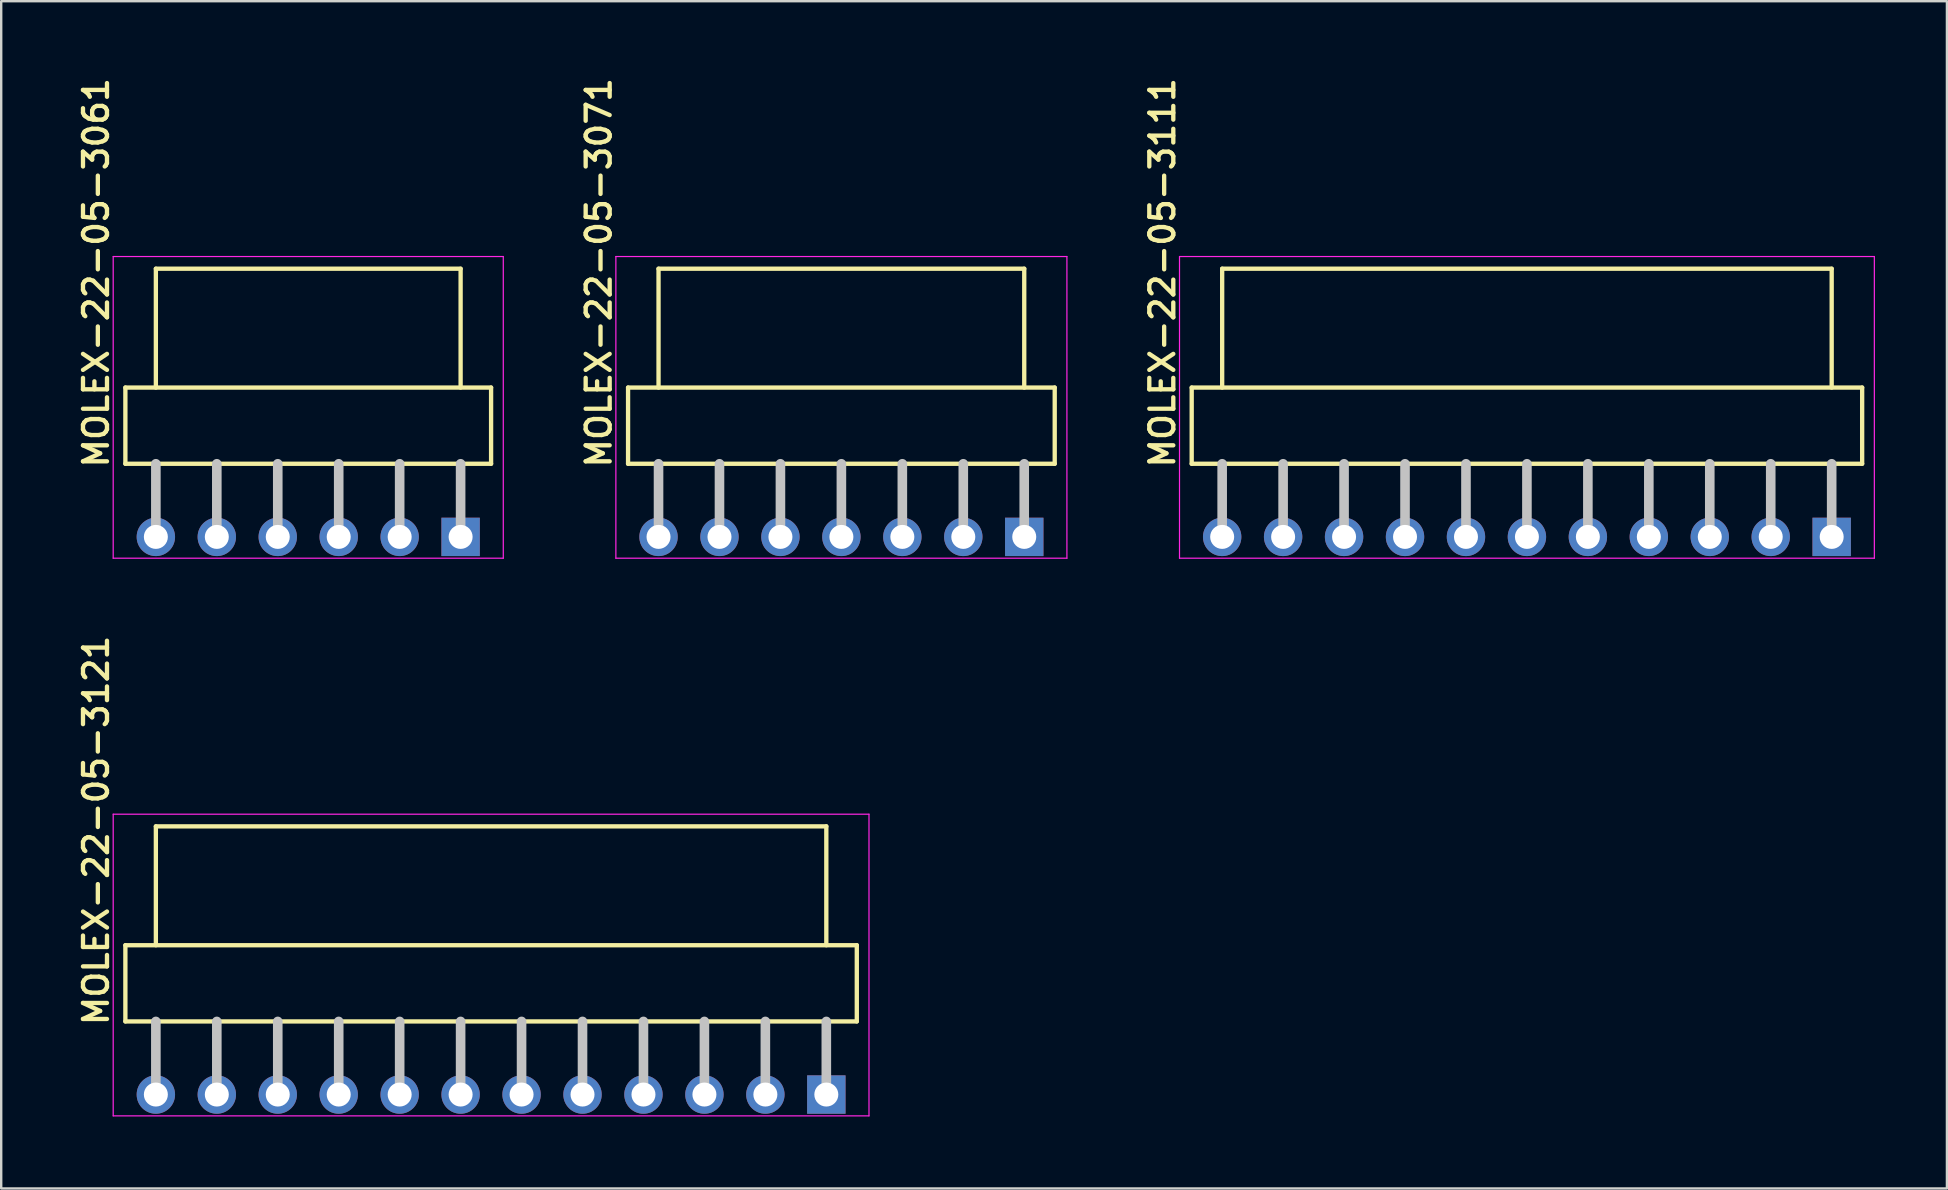
<source format=kicad_pcb>
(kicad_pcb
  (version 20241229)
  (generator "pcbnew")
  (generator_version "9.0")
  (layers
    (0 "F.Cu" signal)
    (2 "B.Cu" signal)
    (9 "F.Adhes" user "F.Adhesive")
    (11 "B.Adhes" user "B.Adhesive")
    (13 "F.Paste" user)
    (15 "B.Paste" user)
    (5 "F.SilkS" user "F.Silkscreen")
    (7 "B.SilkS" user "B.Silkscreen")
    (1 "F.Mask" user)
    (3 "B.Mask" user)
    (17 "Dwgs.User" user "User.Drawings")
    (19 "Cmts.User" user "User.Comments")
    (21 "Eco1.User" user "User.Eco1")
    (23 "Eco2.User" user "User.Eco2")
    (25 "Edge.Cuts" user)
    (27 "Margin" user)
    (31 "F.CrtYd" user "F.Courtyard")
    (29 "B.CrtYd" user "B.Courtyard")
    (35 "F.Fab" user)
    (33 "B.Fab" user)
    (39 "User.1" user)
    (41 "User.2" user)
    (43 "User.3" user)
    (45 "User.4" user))
  (footprint "MOLEX-22-05-3071"
    (layer "F.Cu")
    (at 32.013 19.324)
    (property "Reference" "MOLEX-22-05-3071" (at -9.525 -2.794 90) (layer "F.SilkS") (effects (font (size 1 1) (thickness 0.18)) (justify left bottom)))
    (attr through_hole)
    (fp_line (start -8.89 -6.223) (end -8.89 -3.048) (stroke (width 0.18) (type solid)) (layer "F.SilkS"))
    (fp_line (start -8.89 -3.048) (end 8.89 -3.048) (stroke (width 0.18) (type solid)) (layer "F.SilkS"))
    (fp_line (start -7.62 -11.176) (end 7.62 -11.176) (stroke (width 0.18) (type solid)) (layer "F.SilkS"))
    (fp_line (start -7.62 -6.223) (end -7.62 -11.176) (stroke (width 0.18) (type solid)) (layer "F.SilkS"))
    (fp_line (start 7.62 -6.223) (end 7.62 -11.176) (stroke (width 0.18) (type solid)) (layer "F.SilkS"))
    (fp_line (start 8.89 -6.223) (end -8.89 -6.223) (stroke (width 0.18) (type solid)) (layer "F.SilkS"))
    (fp_line (start 8.89 -3.048) (end 8.89 -6.223) (stroke (width 0.18) (type solid)) (layer "F.SilkS"))
    (fp_line (start -7.62 -3.048) (end -7.62 0) (stroke (width 0.4) (type solid)) (layer "Dwgs.User"))
    (fp_line (start -5.08 -3.048) (end -5.08 0) (stroke (width 0.4) (type solid)) (layer "Dwgs.User"))
    (fp_line (start -2.54 -3.048) (end -2.54 0) (stroke (width 0.4) (type solid)) (layer "Dwgs.User"))
    (fp_line (start 0 -3.048) (end 0 0) (stroke (width 0.4) (type solid)) (layer "Dwgs.User"))
    (fp_line (start 2.54 -3.048) (end 2.54 0) (stroke (width 0.4) (type solid)) (layer "Dwgs.User"))
    (fp_line (start 5.08 -3.048) (end 5.08 0) (stroke (width 0.4) (type solid)) (layer "Dwgs.User"))
    (fp_line (start 7.62 -3.048) (end 7.62 0) (stroke (width 0.4) (type solid)) (layer "Dwgs.User"))
    (fp_line (start -9.398 -11.684) (end 9.398 -11.684) (stroke (width 0.05) (type solid)) (layer "F.CrtYd"))
    (fp_line (start -9.398 0.889) (end -9.398 -11.684) (stroke (width 0.05) (type solid)) (layer "F.CrtYd"))
    (fp_line (start 9.398 -11.684) (end 9.398 0.889) (stroke (width 0.05) (type solid)) (layer "F.CrtYd"))
    (fp_line (start 9.398 0.889) (end -9.398 0.889) (stroke (width 0.05) (type solid)) (layer "F.CrtYd"))
    (pad "1" thru_hole rect (at 7.62 0) (size 1.6 1.6) (drill 1) (layers "*.Cu" "*.Mask"))
    (pad "2" thru_hole circle (at 5.08 0) (size 1.6 1.6) (drill 1) (layers "*.Cu" "*.Mask"))
    (pad "3" thru_hole circle (at 2.54 0) (size 1.6 1.6) (drill 1) (layers "*.Cu" "*.Mask"))
    (pad "4" thru_hole circle (at 0 0) (size 1.6 1.6) (drill 1) (layers "*.Cu" "*.Mask"))
    (pad "5" thru_hole circle (at -2.54 0) (size 1.6 1.6) (drill 1) (layers "*.Cu" "*.Mask"))
    (pad "6" thru_hole circle (at -5.08 0) (size 1.6 1.6) (drill 1) (layers "*.Cu" "*.Mask"))
    (pad "7" thru_hole circle (at -7.62 0) (size 1.6 1.6) (drill 1) (layers "*.Cu" "*.Mask")))
  (footprint "MOLEX-22-05-3121"
    (layer "F.Cu")
    (at 17.415 42.563)
    (property "Reference" "MOLEX-22-05-3121" (at -15.875 -2.794 90) (layer "F.SilkS") (effects (font (size 1 1) (thickness 0.18)) (justify left bottom)))
    (attr through_hole)
    (fp_line (start -15.24 -6.223) (end -15.24 -3.048) (stroke (width 0.18) (type solid)) (layer "F.SilkS"))
    (fp_line (start -15.24 -3.048) (end 15.24 -3.048) (stroke (width 0.18) (type solid)) (layer "F.SilkS"))
    (fp_line (start -13.97 -6.223) (end -13.97 -11.176) (stroke (width 0.18) (type solid)) (layer "F.SilkS"))
    (fp_line (start 13.97 -11.176) (end -13.97 -11.176) (stroke (width 0.18) (type solid)) (layer "F.SilkS"))
    (fp_line (start 13.97 -6.223) (end 13.97 -11.176) (stroke (width 0.18) (type solid)) (layer "F.SilkS"))
    (fp_line (start 15.24 -6.223) (end -15.24 -6.223) (stroke (width 0.18) (type solid)) (layer "F.SilkS"))
    (fp_line (start 15.24 -3.048) (end 15.24 -6.223) (stroke (width 0.18) (type solid)) (layer "F.SilkS"))
    (fp_line (start -13.97 -3.048) (end -13.97 0) (stroke (width 0.4) (type solid)) (layer "Dwgs.User"))
    (fp_line (start -11.43 -3.048) (end -11.43 0) (stroke (width 0.4) (type solid)) (layer "Dwgs.User"))
    (fp_line (start -8.89 -3.048) (end -8.89 0) (stroke (width 0.4) (type solid)) (layer "Dwgs.User"))
    (fp_line (start -6.35 -3.048) (end -6.35 0) (stroke (width 0.4) (type solid)) (layer "Dwgs.User"))
    (fp_line (start -3.81 -3.048) (end -3.81 0) (stroke (width 0.4) (type solid)) (layer "Dwgs.User"))
    (fp_line (start -1.27 -3.048) (end -1.27 0) (stroke (width 0.4) (type solid)) (layer "Dwgs.User"))
    (fp_line (start 1.27 -3.048) (end 1.27 0) (stroke (width 0.4) (type solid)) (layer "Dwgs.User"))
    (fp_line (start 3.81 -3.048) (end 3.81 0) (stroke (width 0.4) (type solid)) (layer "Dwgs.User"))
    (fp_line (start 6.35 -3.048) (end 6.35 0) (stroke (width 0.4) (type solid)) (layer "Dwgs.User"))
    (fp_line (start 8.89 -3.048) (end 8.89 0) (stroke (width 0.4) (type solid)) (layer "Dwgs.User"))
    (fp_line (start 11.43 -3.048) (end 11.43 0) (stroke (width 0.4) (type solid)) (layer "Dwgs.User"))
    (fp_line (start 13.97 -3.048) (end 13.97 0) (stroke (width 0.4) (type solid)) (layer "Dwgs.User"))
    (fp_line (start -15.748 -11.684) (end 15.748 -11.684) (stroke (width 0.05) (type solid)) (layer "F.CrtYd"))
    (fp_line (start -15.748 0.889) (end -15.748 -11.684) (stroke (width 0.05) (type solid)) (layer "F.CrtYd"))
    (fp_line (start 15.748 -11.684) (end 15.748 0.889) (stroke (width 0.05) (type solid)) (layer "F.CrtYd"))
    (fp_line (start 15.748 0.889) (end -15.748 0.889) (stroke (width 0.05) (type solid)) (layer "F.CrtYd"))
    (pad "1" thru_hole rect (at 13.97 0) (size 1.6 1.6) (drill 1) (layers "*.Cu" "*.Mask"))
    (pad "2" thru_hole circle (at 11.43 0) (size 1.6 1.6) (drill 1) (layers "*.Cu" "*.Mask"))
    (pad "3" thru_hole circle (at 8.89 0) (size 1.6 1.6) (drill 1) (layers "*.Cu" "*.Mask"))
    (pad "4" thru_hole circle (at 6.35 0) (size 1.6 1.6) (drill 1) (layers "*.Cu" "*.Mask"))
    (pad "5" thru_hole circle (at 3.81 0) (size 1.6 1.6) (drill 1) (layers "*.Cu" "*.Mask"))
    (pad "6" thru_hole circle (at 1.27 0) (size 1.6 1.6) (drill 1) (layers "*.Cu" "*.Mask"))
    (pad "7" thru_hole circle (at -1.27 0) (size 1.6 1.6) (drill 1) (layers "*.Cu" "*.Mask"))
    (pad "8" thru_hole circle (at -3.81 0) (size 1.6 1.6) (drill 1) (layers "*.Cu" "*.Mask"))
    (pad "9" thru_hole circle (at -6.35 0) (size 1.6 1.6) (drill 1) (layers "*.Cu" "*.Mask"))
    (pad "10" thru_hole circle (at -8.89 0) (size 1.6 1.6) (drill 1) (layers "*.Cu" "*.Mask"))
    (pad "11" thru_hole circle (at -11.43 0) (size 1.6 1.6) (drill 1) (layers "*.Cu" "*.Mask"))
    (pad "12" thru_hole circle (at -13.97 0) (size 1.6 1.6) (drill 1) (layers "*.Cu" "*.Mask")))
  (footprint "MOLEX-22-05-3111"
    (layer "F.Cu")
    (at 60.581 19.324)
    (property "Reference" "MOLEX-22-05-3111" (at -14.605 -2.794 90) (layer "F.SilkS") (effects (font (size 1 1) (thickness 0.18)) (justify left bottom)))
    (attr through_hole)
    (fp_line (start -13.97 -6.223) (end -13.97 -3.048) (stroke (width 0.18) (type solid)) (layer "F.SilkS"))
    (fp_line (start -13.97 -3.048) (end 13.97 -3.048) (stroke (width 0.18) (type solid)) (layer "F.SilkS"))
    (fp_line (start -12.7 -11.176) (end 12.7 -11.176) (stroke (width 0.18) (type solid)) (layer "F.SilkS"))
    (fp_line (start -12.7 -6.223) (end -12.7 -11.176) (stroke (width 0.18) (type solid)) (layer "F.SilkS"))
    (fp_line (start 12.7 -6.223) (end 12.7 -11.176) (stroke (width 0.18) (type solid)) (layer "F.SilkS"))
    (fp_line (start 13.97 -6.223) (end -13.97 -6.223) (stroke (width 0.18) (type solid)) (layer "F.SilkS"))
    (fp_line (start 13.97 -3.048) (end 13.97 -6.223) (stroke (width 0.18) (type solid)) (layer "F.SilkS"))
    (fp_line (start -12.7 -3.048) (end -12.7 0) (stroke (width 0.4) (type solid)) (layer "Dwgs.User"))
    (fp_line (start -10.16 -3.048) (end -10.16 0) (stroke (width 0.4) (type solid)) (layer "Dwgs.User"))
    (fp_line (start -7.62 -3.048) (end -7.62 0) (stroke (width 0.4) (type solid)) (layer "Dwgs.User"))
    (fp_line (start -5.08 -3.048) (end -5.08 0) (stroke (width 0.4) (type solid)) (layer "Dwgs.User"))
    (fp_line (start -2.54 -3.048) (end -2.54 0) (stroke (width 0.4) (type solid)) (layer "Dwgs.User"))
    (fp_line (start 0 -3.048) (end 0 0) (stroke (width 0.4) (type solid)) (layer "Dwgs.User"))
    (fp_line (start 2.54 -3.048) (end 2.54 0) (stroke (width 0.4) (type solid)) (layer "Dwgs.User"))
    (fp_line (start 5.08 -3.048) (end 5.08 0) (stroke (width 0.4) (type solid)) (layer "Dwgs.User"))
    (fp_line (start 7.62 -3.048) (end 7.62 0) (stroke (width 0.4) (type solid)) (layer "Dwgs.User"))
    (fp_line (start 10.16 -3.048) (end 10.16 0) (stroke (width 0.4) (type solid)) (layer "Dwgs.User"))
    (fp_line (start 12.7 -3.048) (end 12.7 0) (stroke (width 0.4) (type solid)) (layer "Dwgs.User"))
    (fp_line (start -14.478 -11.684) (end 14.478 -11.684) (stroke (width 0.05) (type solid)) (layer "F.CrtYd"))
    (fp_line (start -14.478 0.889) (end -14.478 -11.684) (stroke (width 0.05) (type solid)) (layer "F.CrtYd"))
    (fp_line (start 14.478 -11.684) (end 14.478 0.889) (stroke (width 0.05) (type solid)) (layer "F.CrtYd"))
    (fp_line (start 14.478 0.889) (end -14.478 0.889) (stroke (width 0.05) (type solid)) (layer "F.CrtYd"))
    (pad "1" thru_hole rect (at 12.7 0) (size 1.6 1.6) (drill 1) (layers "*.Cu" "*.Mask"))
    (pad "2" thru_hole circle (at 10.16 0) (size 1.6 1.6) (drill 1) (layers "*.Cu" "*.Mask"))
    (pad "3" thru_hole circle (at 7.62 0) (size 1.6 1.6) (drill 1) (layers "*.Cu" "*.Mask"))
    (pad "4" thru_hole circle (at 5.08 0) (size 1.6 1.6) (drill 1) (layers "*.Cu" "*.Mask"))
    (pad "5" thru_hole circle (at 2.54 0) (size 1.6 1.6) (drill 1) (layers "*.Cu" "*.Mask"))
    (pad "6" thru_hole circle (at 0 0) (size 1.6 1.6) (drill 1) (layers "*.Cu" "*.Mask"))
    (pad "7" thru_hole circle (at -2.54 0) (size 1.6 1.6) (drill 1) (layers "*.Cu" "*.Mask"))
    (pad "8" thru_hole circle (at -5.08 0) (size 1.6 1.6) (drill 1) (layers "*.Cu" "*.Mask"))
    (pad "9" thru_hole circle (at -7.62 0) (size 1.6 1.6) (drill 1) (layers "*.Cu" "*.Mask"))
    (pad "10" thru_hole circle (at -10.16 0) (size 1.6 1.6) (drill 1) (layers "*.Cu" "*.Mask"))
    (pad "11" thru_hole circle (at -12.7 0) (size 1.6 1.6) (drill 1) (layers "*.Cu" "*.Mask")))
  (footprint "MOLEX-22-05-3061"
    (layer "F.Cu")
    (at 9.795 19.324)
    (property "Reference" "MOLEX-22-05-3061" (at -8.255 -2.794 90) (layer "F.SilkS") (effects (font (size 1 1) (thickness 0.18)) (justify left bottom)))
    (attr through_hole)
    (fp_line (start -7.62 -6.223) (end -7.62 -3.048) (stroke (width 0.18) (type solid)) (layer "F.SilkS"))
    (fp_line (start -7.62 -3.048) (end 7.62 -3.048) (stroke (width 0.18) (type solid)) (layer "F.SilkS"))
    (fp_line (start -6.35 -6.223) (end -6.35 -11.176) (stroke (width 0.18) (type solid)) (layer "F.SilkS"))
    (fp_line (start 6.35 -11.176) (end -6.35 -11.176) (stroke (width 0.18) (type solid)) (layer "F.SilkS"))
    (fp_line (start 6.35 -6.223) (end 6.35 -11.176) (stroke (width 0.18) (type solid)) (layer "F.SilkS"))
    (fp_line (start 7.62 -6.223) (end -7.62 -6.223) (stroke (width 0.18) (type solid)) (layer "F.SilkS"))
    (fp_line (start 7.62 -3.048) (end 7.62 -6.223) (stroke (width 0.18) (type solid)) (layer "F.SilkS"))
    (fp_line (start -6.35 -3.048) (end -6.35 0) (stroke (width 0.4) (type solid)) (layer "Dwgs.User"))
    (fp_line (start -3.81 -3.048) (end -3.81 0) (stroke (width 0.4) (type solid)) (layer "Dwgs.User"))
    (fp_line (start -1.27 -3.048) (end -1.27 0) (stroke (width 0.4) (type solid)) (layer "Dwgs.User"))
    (fp_line (start 1.27 -3.048) (end 1.27 0) (stroke (width 0.4) (type solid)) (layer "Dwgs.User"))
    (fp_line (start 3.81 -3.048) (end 3.81 0) (stroke (width 0.4) (type solid)) (layer "Dwgs.User"))
    (fp_line (start 6.35 -3.048) (end 6.35 0) (stroke (width 0.4) (type solid)) (layer "Dwgs.User"))
    (fp_line (start -8.128 -11.684) (end 8.128 -11.684) (stroke (width 0.05) (type solid)) (layer "F.CrtYd"))
    (fp_line (start -8.128 0.889) (end -8.128 -11.684) (stroke (width 0.05) (type solid)) (layer "F.CrtYd"))
    (fp_line (start 8.128 -11.684) (end 8.128 0.889) (stroke (width 0.05) (type solid)) (layer "F.CrtYd"))
    (fp_line (start 8.128 0.889) (end -8.128 0.889) (stroke (width 0.05) (type solid)) (layer "F.CrtYd"))
    (pad "1" thru_hole rect (at 6.35 0) (size 1.6 1.6) (drill 1) (layers "*.Cu" "*.Mask"))
    (pad "2" thru_hole circle (at 3.81 0) (size 1.6 1.6) (drill 1) (layers "*.Cu" "*.Mask"))
    (pad "3" thru_hole circle (at 1.27 0) (size 1.6 1.6) (drill 1) (layers "*.Cu" "*.Mask"))
    (pad "4" thru_hole circle (at -1.27 0) (size 1.6 1.6) (drill 1) (layers "*.Cu" "*.Mask"))
    (pad "5" thru_hole circle (at -3.81 0) (size 1.6 1.6) (drill 1) (layers "*.Cu" "*.Mask"))
    (pad "6" thru_hole circle (at -6.35 0) (size 1.6 1.6) (drill 1) (layers "*.Cu" "*.Mask")))
  (gr_rect
    (start -3 -3)
    (end 78.084 46.477)
    (stroke (width 0.1) (type default))
    (fill no)
    (layer "Edge.Cuts")))
</source>
